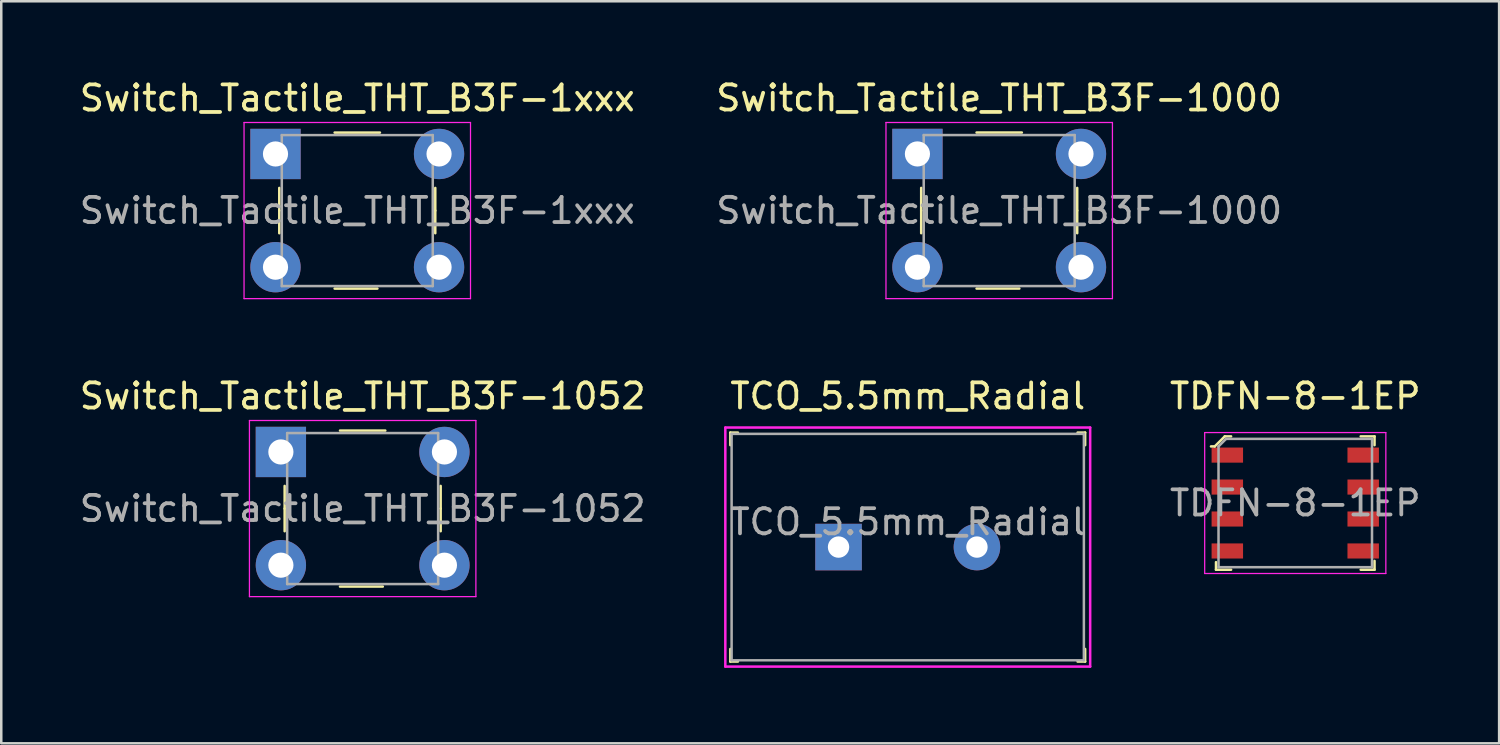
<source format=kicad_pcb>
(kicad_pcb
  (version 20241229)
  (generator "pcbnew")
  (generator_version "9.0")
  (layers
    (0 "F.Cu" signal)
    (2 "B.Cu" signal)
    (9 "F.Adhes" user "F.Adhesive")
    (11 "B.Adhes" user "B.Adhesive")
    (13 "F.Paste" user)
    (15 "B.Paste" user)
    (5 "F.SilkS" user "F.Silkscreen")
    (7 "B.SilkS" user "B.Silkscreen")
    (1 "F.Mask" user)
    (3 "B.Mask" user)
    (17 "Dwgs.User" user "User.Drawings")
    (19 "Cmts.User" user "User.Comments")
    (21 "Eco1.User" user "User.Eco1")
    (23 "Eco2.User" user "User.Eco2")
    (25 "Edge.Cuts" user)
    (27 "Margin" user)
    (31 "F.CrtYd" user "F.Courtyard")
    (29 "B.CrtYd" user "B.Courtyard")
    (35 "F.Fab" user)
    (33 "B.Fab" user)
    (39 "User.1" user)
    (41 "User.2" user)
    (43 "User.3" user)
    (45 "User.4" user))
  (footprint "Switch_Tactile_THT_B3F-1xxx"
    (layer "F.Cu")
    (at 7.898 3.058)
    (property "Reference" "Switch_Tactile_THT_B3F-1xxx" (at 3.251 -2.209 0) (layer "F.SilkS") (effects (font (size 1 1) (thickness 0.15))))
    (attr through_hole)
    (fp_line (start 0.151 2.261) (end 0.151 1.361) (stroke (width 0.1) (type solid)) (layer "F.SilkS"))
    (fp_line (start 0.151 2.261) (end 0.151 3.161) (stroke (width 0.1) (type solid)) (layer "F.SilkS"))
    (fp_line (start 2.351 -0.839) (end 4.151 -0.839) (stroke (width 0.1) (type solid)) (layer "F.SilkS"))
    (fp_line (start 2.351 5.361) (end 4.051 5.361) (stroke (width 0.1) (type solid)) (layer "F.SilkS"))
    (fp_line (start 6.351 2.261) (end 6.351 1.361) (stroke (width 0.1) (type solid)) (layer "F.SilkS"))
    (fp_line (start 6.351 2.261) (end 6.351 3.161) (stroke (width 0.1) (type solid)) (layer "F.SilkS"))
    (fp_line (start -1.249 -1.239) (end 7.751 -1.239) (stroke (width 0.05) (type solid)) (layer "F.CrtYd"))
    (fp_line (start -1.249 5.761) (end -1.249 -1.239) (stroke (width 0.05) (type solid)) (layer "F.CrtYd"))
    (fp_line (start -1.249 5.761) (end 7.751 5.761) (stroke (width 0.05) (type solid)) (layer "F.CrtYd"))
    (fp_line (start 7.751 -1.239) (end 7.751 5.761) (stroke (width 0.05) (type solid)) (layer "F.CrtYd"))
    (fp_line (start 0.251 -0.739) (end 0.251 5.261) (stroke (width 0.1) (type solid)) (layer "F.Fab"))
    (fp_line (start 0.251 -0.739) (end 6.251 -0.739) (stroke (width 0.1) (type solid)) (layer "F.Fab"))
    (fp_line (start 0.251 5.261) (end 6.251 5.261) (stroke (width 0.1) (type solid)) (layer "F.Fab"))
    (fp_line (start 6.251 5.261) (end 6.251 -0.739) (stroke (width 0.1) (type solid)) (layer "F.Fab"))
    (fp_text user "${REFERENCE}" (at 3.251 2.261 0) (layer "F.Fab") (effects (font (size 1 1) (thickness 0.15))))
    (pad "1" thru_hole rect (at 0.001 0.011) (size 2 2) (drill 1) (layers "*.Cu" "*.Mask"))
    (pad "2" thru_hole circle (at 6.501 0.011) (size 2 2) (drill 1) (layers "*.Cu" "*.Mask"))
    (pad "3" thru_hole circle (at 0.001 4.511) (size 2 2) (drill 1) (layers "*.Cu" "*.Mask"))
    (pad "4" thru_hole circle (at 6.501 4.511) (size 2 2) (drill 1) (layers "*.Cu" "*.Mask")))
  (footprint "TDFN-8-1EP"
    (layer "F.Cu")
    (at 48.427 16.942)
    (property "Reference" "TDFN-8-1EP" (at 0 -4.25 0) (layer "F.SilkS") (effects (font (size 1 1) (thickness 0.15))))
    (attr smd)
    (fp_line (start -3.2 -2.25) (end -3.35 -2.25) (stroke (width 0.1) (type solid)) (layer "F.SilkS"))
    (fp_line (start -3.15 2.35) (end -3.15 2.65) (stroke (width 0.1) (type solid)) (layer "F.SilkS"))
    (fp_line (start -3.15 2.65) (end -2.55 2.65) (stroke (width 0.1) (type solid)) (layer "F.SilkS"))
    (fp_line (start -2.8 -2.65) (end -3.2 -2.25) (stroke (width 0.1) (type solid)) (layer "F.SilkS"))
    (fp_line (start -2.55 -2.65) (end -2.8 -2.65) (stroke (width 0.1) (type solid)) (layer "F.SilkS"))
    (fp_line (start 2.6 -2.65) (end 3.15 -2.65) (stroke (width 0.1) (type solid)) (layer "F.SilkS"))
    (fp_line (start 3.15 -2.65) (end 3.15 -2.3) (stroke (width 0.1) (type solid)) (layer "F.SilkS"))
    (fp_line (start 3.15 2.3) (end 3.15 2.65) (stroke (width 0.1) (type solid)) (layer "F.SilkS"))
    (fp_line (start 3.15 2.65) (end 2.6 2.65) (stroke (width 0.1) (type solid)) (layer "F.SilkS"))
    (fp_line (start -3.6 -2.8) (end -3.6 2.8) (stroke (width 0.05) (type solid)) (layer "F.CrtYd"))
    (fp_line (start -3.6 -2.8) (end 3.6 -2.8) (stroke (width 0.05) (type solid)) (layer "F.CrtYd"))
    (fp_line (start -3.6 2.8) (end 3.6 2.8) (stroke (width 0.05) (type solid)) (layer "F.CrtYd"))
    (fp_line (start 3.6 2.8) (end 3.6 -2.8) (stroke (width 0.05) (type solid)) (layer "F.CrtYd"))
    (fp_line (start -3.05 -2.25) (end -2.75 -2.55) (stroke (width 0.1) (type solid)) (layer "F.Fab"))
    (fp_line (start -3.05 2.55) (end -3.05 -2.25) (stroke (width 0.1) (type solid)) (layer "F.Fab"))
    (fp_line (start -3.05 2.55) (end 3.05 2.55) (stroke (width 0.1) (type solid)) (layer "F.Fab"))
    (fp_line (start 3.05 -2.55) (end -2.75 -2.55) (stroke (width 0.1) (type solid)) (layer "F.Fab"))
    (fp_line (start 3.05 2.55) (end 3.05 -2.55) (stroke (width 0.1) (type solid)) (layer "F.Fab"))
    (fp_text user "${REFERENCE}" (at 0 0 0) (layer "F.Fab") (effects (font (size 1 1) (thickness 0.15))))
    (pad "1" smd rect (at -2.7 -1.905) (size 1.25 0.6) (layers "F.Cu" "F.Mask" "F.Paste"))
    (pad "2" smd rect (at -2.7 -0.635) (size 1.25 0.6) (layers "F.Cu" "F.Mask" "F.Paste"))
    (pad "3" smd rect (at -2.7 0.635) (size 1.25 0.6) (layers "F.Cu" "F.Mask" "F.Paste"))
    (pad "4" smd rect (at -2.7 1.905) (size 1.25 0.6) (layers "F.Cu" "F.Mask" "F.Paste"))
    (pad "5" smd rect (at 2.7 1.905) (size 1.25 0.6) (layers "F.Cu" "F.Mask" "F.Paste"))
    (pad "6" smd rect (at 2.7 0.635) (size 1.25 0.6) (layers "F.Cu" "F.Mask" "F.Paste"))
    (pad "7" smd rect (at 2.7 -0.635) (size 1.25 0.6) (layers "F.Cu" "F.Mask" "F.Paste"))
    (pad "8" smd rect (at 2.7 -1.905) (size 1.25 0.6) (layers "F.Cu" "F.Mask" "F.Paste")))
  (footprint "Switch_Tactile_THT_B3F-1052"
    (layer "F.Cu")
    (at 11.363 17.162)
    (property "Reference" "Switch_Tactile_THT_B3F-1052" (at 0 -4.47 0) (layer "F.SilkS") (effects (font (size 1 1) (thickness 0.15))))
    (attr through_hole)
    (fp_line (start -3.1 0) (end -3.1 -0.9) (stroke (width 0.1) (type solid)) (layer "F.SilkS"))
    (fp_line (start -3.1 0) (end -3.1 0.9) (stroke (width 0.1) (type solid)) (layer "F.SilkS"))
    (fp_line (start -0.9 -3.1) (end 0.9 -3.1) (stroke (width 0.1) (type solid)) (layer "F.SilkS"))
    (fp_line (start -0.9 3.1) (end 0.8 3.1) (stroke (width 0.1) (type solid)) (layer "F.SilkS"))
    (fp_line (start 3.1 0) (end 3.1 -0.9) (stroke (width 0.1) (type solid)) (layer "F.SilkS"))
    (fp_line (start 3.1 0) (end 3.1 0.9) (stroke (width 0.1) (type solid)) (layer "F.SilkS"))
    (fp_line (start -4.5 -3.5) (end 4.5 -3.5) (stroke (width 0.05) (type solid)) (layer "F.CrtYd"))
    (fp_line (start -4.5 3.5) (end -4.5 -3.5) (stroke (width 0.05) (type solid)) (layer "F.CrtYd"))
    (fp_line (start -4.5 3.5) (end 4.5 3.5) (stroke (width 0.05) (type solid)) (layer "F.CrtYd"))
    (fp_line (start 4.5 -3.5) (end 4.5 3.5) (stroke (width 0.05) (type solid)) (layer "F.CrtYd"))
    (fp_line (start -3 -3) (end -3 3) (stroke (width 0.1) (type solid)) (layer "F.Fab"))
    (fp_line (start -3 -3) (end 3 -3) (stroke (width 0.1) (type solid)) (layer "F.Fab"))
    (fp_line (start -3 3) (end 3 3) (stroke (width 0.1) (type solid)) (layer "F.Fab"))
    (fp_line (start 3 3) (end 3 -3) (stroke (width 0.1) (type solid)) (layer "F.Fab"))
    (fp_text user "${REFERENCE}" (at 0 0 0) (layer "F.Fab") (effects (font (size 1 1) (thickness 0.15))))
    (pad "1" thru_hole rect (at -3.25 -2.25) (size 2 2) (drill 1) (layers "*.Cu" "*.Mask"))
    (pad "2" thru_hole circle (at 3.25 -2.25) (size 2 2) (drill 1) (layers "*.Cu" "*.Mask"))
    (pad "3" thru_hole circle (at -3.25 2.25) (size 2 2) (drill 1) (layers "*.Cu" "*.Mask"))
    (pad "4" thru_hole circle (at 3.25 2.25) (size 2 2) (drill 1) (layers "*.Cu" "*.Mask")))
  (footprint "TCO_5.5mm_Radial"
    (layer "F.Cu")
    (at 30.276 18.692)
    (property "Reference" "TCO_5.5mm_Radial" (at 2.75 -6 0) (layer "F.SilkS") (effects (font (size 1 1) (thickness 0.15))))
    (attr through_hole)
    (fp_line (start -4.3 -4.55) (end -4.3 -4.05) (stroke (width 0.1) (type solid)) (layer "F.SilkS"))
    (fp_line (start -4.3 4.05) (end -4.3 4.55) (stroke (width 0.1) (type solid)) (layer "F.SilkS"))
    (fp_line (start -4.3 4.55) (end -4 4.55) (stroke (width 0.1) (type solid)) (layer "F.SilkS"))
    (fp_line (start -4 -4.55) (end -4.3 -4.55) (stroke (width 0.1) (type solid)) (layer "F.SilkS"))
    (fp_line (start 9.5 -4.55) (end 9.8 -4.55) (stroke (width 0.1) (type solid)) (layer "F.SilkS"))
    (fp_line (start 9.5 4.55) (end 9.8 4.55) (stroke (width 0.1) (type solid)) (layer "F.SilkS"))
    (fp_line (start 9.8 -4.55) (end 9.8 -4.05) (stroke (width 0.1) (type solid)) (layer "F.SilkS"))
    (fp_line (start 9.8 4.55) (end 9.8 4.05) (stroke (width 0.1) (type solid)) (layer "F.SilkS"))
    (fp_line (start -4.5 -4.75) (end -4.5 4.75) (stroke (width 0.1) (type solid)) (layer "F.CrtYd"))
    (fp_line (start -4.5 4.75) (end 10 4.75) (stroke (width 0.1) (type solid)) (layer "F.CrtYd"))
    (fp_line (start 10 -4.75) (end -4.5 -4.75) (stroke (width 0.1) (type solid)) (layer "F.CrtYd"))
    (fp_line (start 10 4.75) (end 10 -4.75) (stroke (width 0.1) (type solid)) (layer "F.CrtYd"))
    (fp_line (start -4.25 -4.5) (end 9.75 -4.5) (stroke (width 0.1) (type solid)) (layer "F.Fab"))
    (fp_line (start -4.25 4.5) (end -4.25 -4.5) (stroke (width 0.1) (type solid)) (layer "F.Fab"))
    (fp_line (start 9.75 -4.5) (end 9.75 4.5) (stroke (width 0.1) (type solid)) (layer "F.Fab"))
    (fp_line (start 9.75 4.5) (end -4.25 4.5) (stroke (width 0.1) (type solid)) (layer "F.Fab"))
    (fp_text user "${REFERENCE}" (at 2.75 -1 0) (layer "F.Fab") (effects (font (size 1 1) (thickness 0.15))))
    (pad "1" thru_hole rect (at 0 0) (size 1.85 1.85) (drill 0.85) (layers "*.Cu" "*.Mask"))
    (pad "2" thru_hole circle (at 5.5 0) (size 1.85 1.85) (drill 0.85) (layers "*.Cu" "*.Mask")))
  (footprint "Switch_Tactile_THT_B3F-1000"
    (layer "F.Cu")
    (at 36.661 5.318)
    (property "Reference" "Switch_Tactile_THT_B3F-1000" (at 0 -4.47 0) (layer "F.SilkS") (effects (font (size 1 1) (thickness 0.15))))
    (attr through_hole)
    (fp_line (start -3.1 0) (end -3.1 -0.9) (stroke (width 0.1) (type solid)) (layer "F.SilkS"))
    (fp_line (start -3.1 0) (end -3.1 0.9) (stroke (width 0.1) (type solid)) (layer "F.SilkS"))
    (fp_line (start -0.9 -3.1) (end 0.9 -3.1) (stroke (width 0.1) (type solid)) (layer "F.SilkS"))
    (fp_line (start -0.9 3.1) (end 0.8 3.1) (stroke (width 0.1) (type solid)) (layer "F.SilkS"))
    (fp_line (start 3.1 0) (end 3.1 -0.9) (stroke (width 0.1) (type solid)) (layer "F.SilkS"))
    (fp_line (start 3.1 0) (end 3.1 0.9) (stroke (width 0.1) (type solid)) (layer "F.SilkS"))
    (fp_line (start -4.5 -3.5) (end 4.5 -3.5) (stroke (width 0.05) (type solid)) (layer "F.CrtYd"))
    (fp_line (start -4.5 3.5) (end -4.5 -3.5) (stroke (width 0.05) (type solid)) (layer "F.CrtYd"))
    (fp_line (start -4.5 3.5) (end 4.5 3.5) (stroke (width 0.05) (type solid)) (layer "F.CrtYd"))
    (fp_line (start 4.5 -3.5) (end 4.5 3.5) (stroke (width 0.05) (type solid)) (layer "F.CrtYd"))
    (fp_line (start -3 -3) (end -3 3) (stroke (width 0.1) (type solid)) (layer "F.Fab"))
    (fp_line (start -3 -3) (end 3 -3) (stroke (width 0.1) (type solid)) (layer "F.Fab"))
    (fp_line (start -3 3) (end 3 3) (stroke (width 0.1) (type solid)) (layer "F.Fab"))
    (fp_line (start 3 3) (end 3 -3) (stroke (width 0.1) (type solid)) (layer "F.Fab"))
    (fp_text user "${REFERENCE}" (at 0 0 0) (layer "F.Fab") (effects (font (size 1 1) (thickness 0.15))))
    (pad "1" thru_hole rect (at -3.25 -2.25) (size 2 2) (drill 1) (layers "*.Cu" "*.Mask"))
    (pad "2" thru_hole circle (at 3.25 -2.25) (size 2 2) (drill 1) (layers "*.Cu" "*.Mask"))
    (pad "3" thru_hole circle (at -3.25 2.25) (size 2 2) (drill 1) (layers "*.Cu" "*.Mask"))
    (pad "4" thru_hole circle (at 3.25 2.25) (size 2 2) (drill 1) (layers "*.Cu" "*.Mask")))
  (gr_rect
    (start -3 -3)
    (end 56.529 26.491)
    (stroke (width 0.1) (type default))
    (fill no)
    (layer "Edge.Cuts")))
</source>
